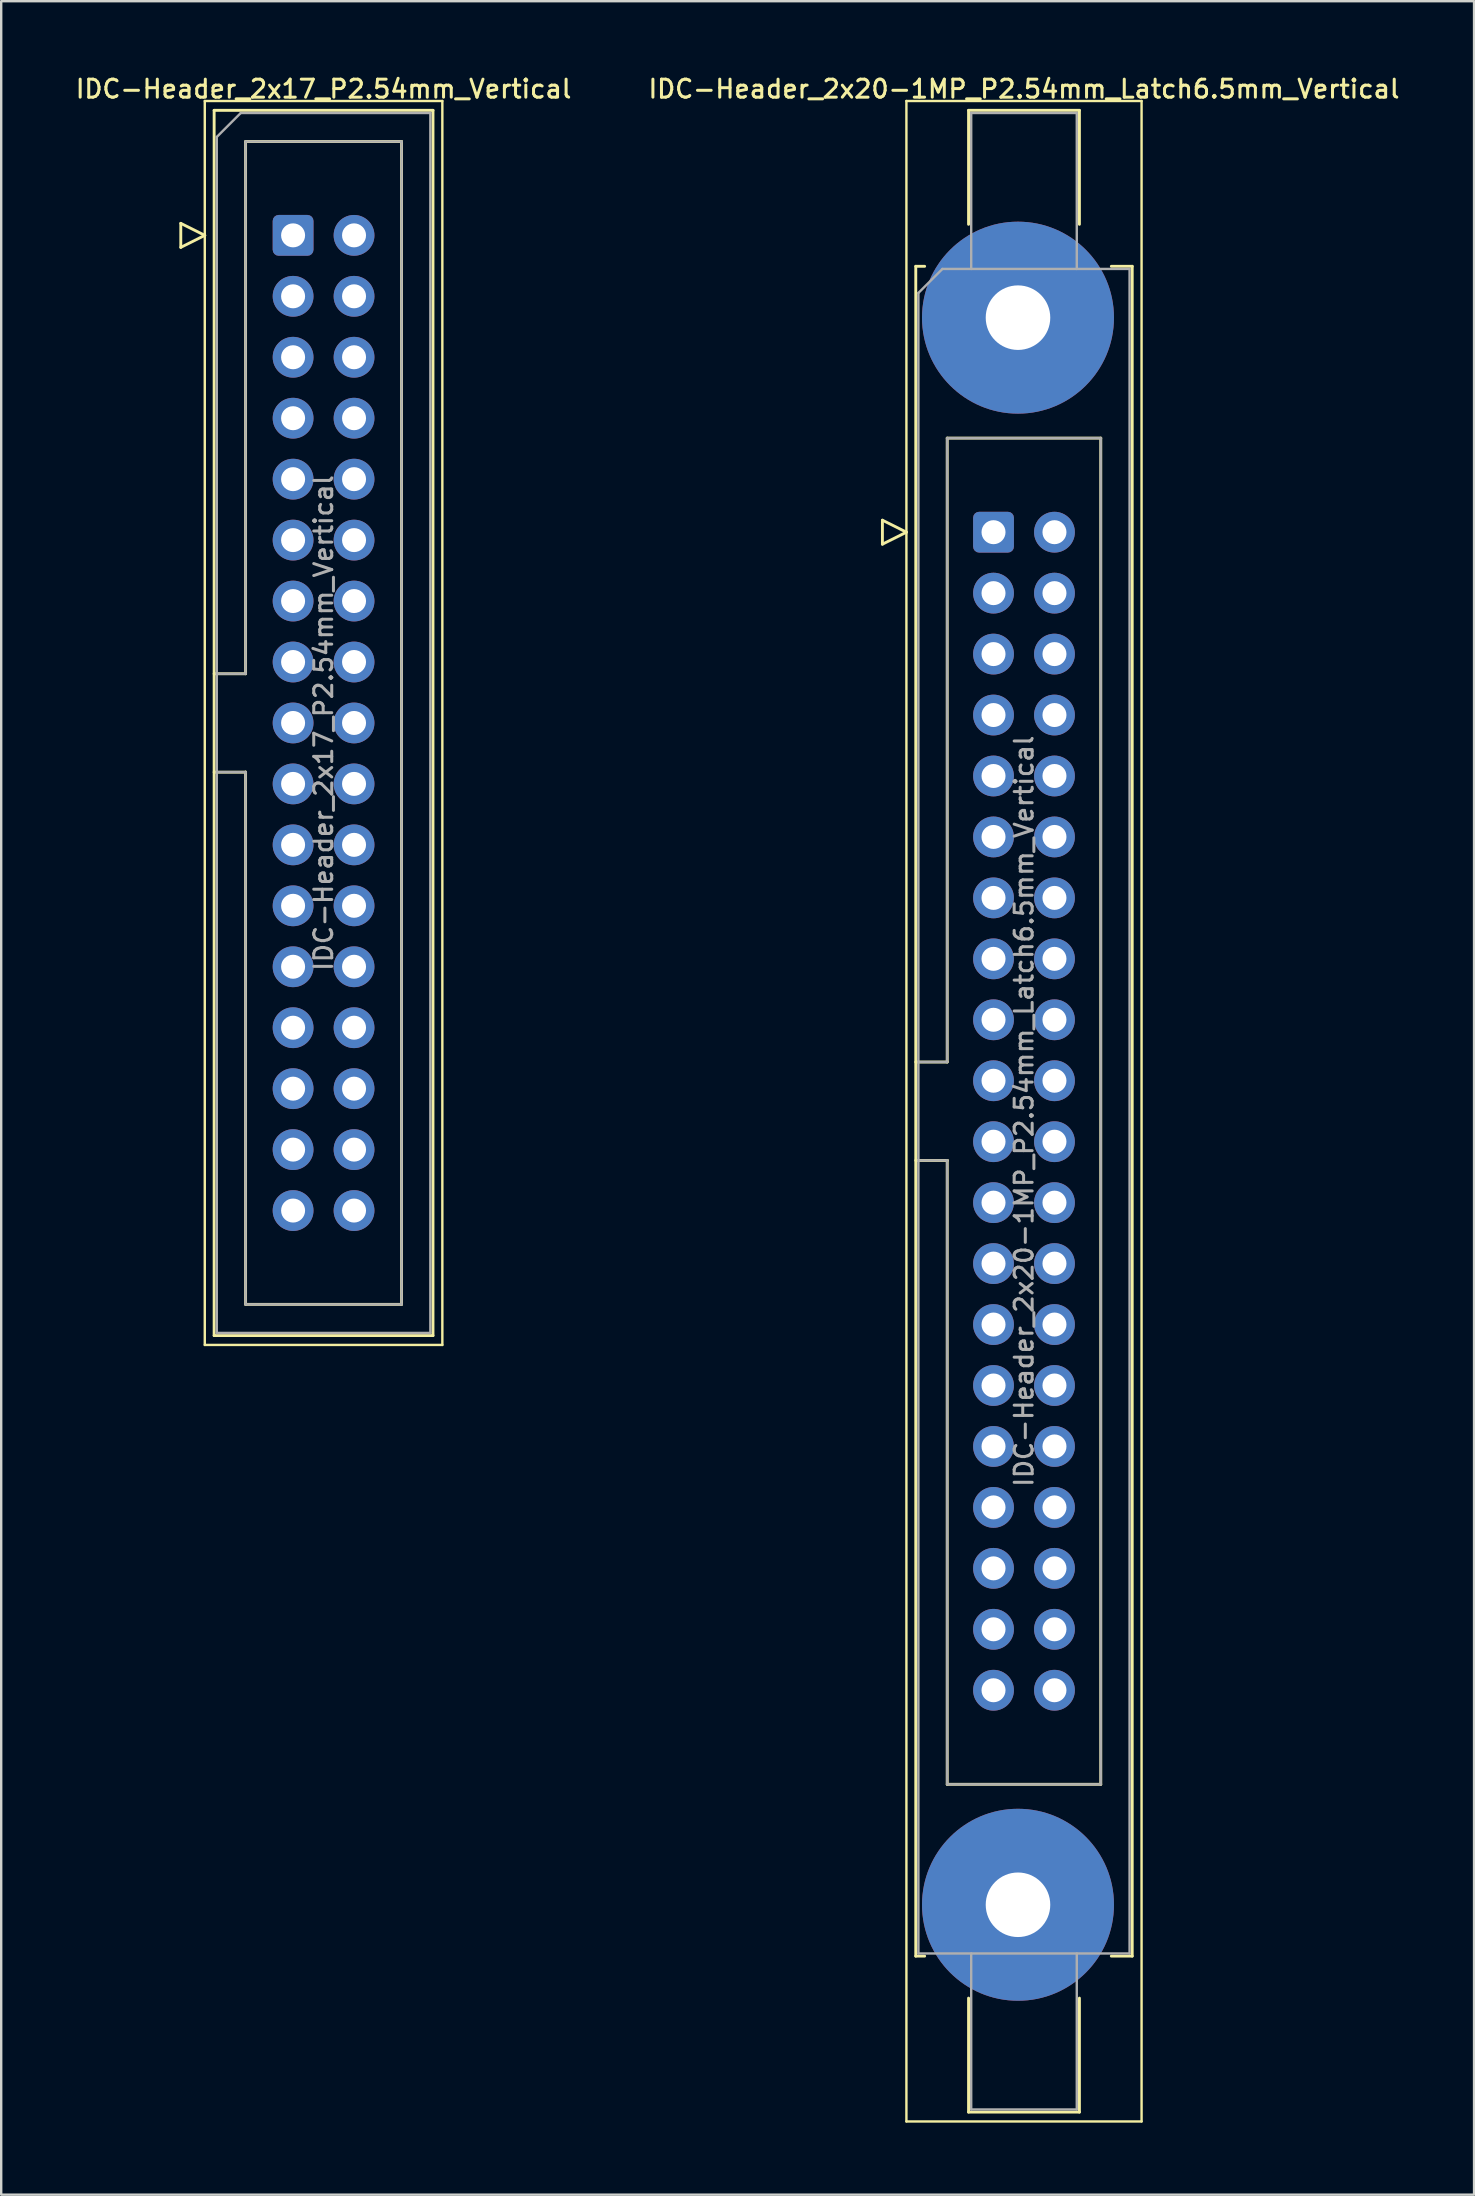
<source format=kicad_pcb>
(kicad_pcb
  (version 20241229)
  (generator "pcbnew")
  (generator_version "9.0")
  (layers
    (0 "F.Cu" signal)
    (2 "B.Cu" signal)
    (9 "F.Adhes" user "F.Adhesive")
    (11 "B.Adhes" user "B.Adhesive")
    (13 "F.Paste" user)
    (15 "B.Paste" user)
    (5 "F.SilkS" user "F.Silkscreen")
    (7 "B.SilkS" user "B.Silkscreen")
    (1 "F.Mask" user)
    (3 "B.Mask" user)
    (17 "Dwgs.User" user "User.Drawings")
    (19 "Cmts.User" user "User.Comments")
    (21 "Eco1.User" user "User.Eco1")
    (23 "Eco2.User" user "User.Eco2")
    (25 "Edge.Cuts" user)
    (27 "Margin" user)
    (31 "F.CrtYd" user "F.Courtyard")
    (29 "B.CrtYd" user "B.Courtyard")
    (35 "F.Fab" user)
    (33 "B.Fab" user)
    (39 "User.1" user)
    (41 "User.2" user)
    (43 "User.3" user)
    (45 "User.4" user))
  (footprint "IDC-Header_2x17_P2.54mm_Vertical"
    (layer "F.Cu")
    (at 9.164 6.758)
    (property "Reference" "IDC-Header_2x17_P2.54mm_Vertical" (at 1.27 -6.1 0) (layer "F.SilkS") (effects (font (size 0.75 0.75) (thickness 0.125))))
    (attr through_hole)
    (fp_line (start -4.68 -0.5) (end -4.68 0.5) (stroke (width 0.12) (type solid)) (layer "F.SilkS"))
    (fp_line (start -4.68 0.5) (end -3.68 0) (stroke (width 0.12) (type solid)) (layer "F.SilkS"))
    (fp_line (start -3.68 -5.6) (end -3.68 46.24) (stroke (width 0.1) (type solid)) (layer "F.SilkS"))
    (fp_line (start -3.68 0) (end -4.68 -0.5) (stroke (width 0.12) (type solid)) (layer "F.SilkS"))
    (fp_line (start -3.68 46.24) (end 6.22 46.24) (stroke (width 0.1) (type solid)) (layer "F.SilkS"))
    (fp_line (start -3.29 -5.21) (end 5.83 -5.21) (stroke (width 0.12) (type solid)) (layer "F.SilkS"))
    (fp_line (start -3.29 18.27) (end -1.98 18.27) (stroke (width 0.12) (type solid)) (layer "F.SilkS"))
    (fp_line (start -3.29 45.85) (end -3.29 -5.21) (stroke (width 0.12) (type solid)) (layer "F.SilkS"))
    (fp_line (start -1.98 -3.91) (end 4.52 -3.91) (stroke (width 0.12) (type solid)) (layer "F.SilkS"))
    (fp_line (start -1.98 18.27) (end -1.98 -3.91) (stroke (width 0.12) (type solid)) (layer "F.SilkS"))
    (fp_line (start -1.98 22.37) (end -3.29 22.37) (stroke (width 0.12) (type solid)) (layer "F.SilkS"))
    (fp_line (start -1.98 22.37) (end -1.98 22.37) (stroke (width 0.12) (type solid)) (layer "F.SilkS"))
    (fp_line (start -1.98 44.55) (end -1.98 22.37) (stroke (width 0.12) (type solid)) (layer "F.SilkS"))
    (fp_line (start 4.52 -3.91) (end 4.52 44.55) (stroke (width 0.12) (type solid)) (layer "F.SilkS"))
    (fp_line (start 4.52 44.55) (end -1.98 44.55) (stroke (width 0.12) (type solid)) (layer "F.SilkS"))
    (fp_line (start 5.83 -5.21) (end 5.83 45.85) (stroke (width 0.12) (type solid)) (layer "F.SilkS"))
    (fp_line (start 5.83 45.85) (end -3.29 45.85) (stroke (width 0.12) (type solid)) (layer "F.SilkS"))
    (fp_line (start 6.22 -5.6) (end -3.68 -5.6) (stroke (width 0.1) (type solid)) (layer "F.SilkS"))
    (fp_line (start 6.22 46.24) (end 6.22 -5.6) (stroke (width 0.1) (type solid)) (layer "F.SilkS"))
    (fp_line (start -3.18 -4.1) (end -2.18 -5.1) (stroke (width 0.1) (type solid)) (layer "F.Fab"))
    (fp_line (start -3.18 18.27) (end -1.98 18.27) (stroke (width 0.1) (type solid)) (layer "F.Fab"))
    (fp_line (start -3.18 45.74) (end -3.18 -4.1) (stroke (width 0.1) (type solid)) (layer "F.Fab"))
    (fp_line (start -2.18 -5.1) (end 5.72 -5.1) (stroke (width 0.1) (type solid)) (layer "F.Fab"))
    (fp_line (start -1.98 -3.91) (end 4.52 -3.91) (stroke (width 0.1) (type solid)) (layer "F.Fab"))
    (fp_line (start -1.98 18.27) (end -1.98 -3.91) (stroke (width 0.1) (type solid)) (layer "F.Fab"))
    (fp_line (start -1.98 22.37) (end -3.18 22.37) (stroke (width 0.1) (type solid)) (layer "F.Fab"))
    (fp_line (start -1.98 22.37) (end -1.98 22.37) (stroke (width 0.1) (type solid)) (layer "F.Fab"))
    (fp_line (start -1.98 44.55) (end -1.98 22.37) (stroke (width 0.1) (type solid)) (layer "F.Fab"))
    (fp_line (start 4.52 -3.91) (end 4.52 44.55) (stroke (width 0.1) (type solid)) (layer "F.Fab"))
    (fp_line (start 4.52 44.55) (end -1.98 44.55) (stroke (width 0.1) (type solid)) (layer "F.Fab"))
    (fp_line (start 5.72 -5.1) (end 5.72 45.74) (stroke (width 0.1) (type solid)) (layer "F.Fab"))
    (fp_line (start 5.72 45.74) (end -3.18 45.74) (stroke (width 0.1) (type solid)) (layer "F.Fab"))
    (fp_text user "${REFERENCE}" (at 1.27 20.32 90) (layer "F.Fab") (effects (font (size 0.75 0.75) (thickness 0.125))))
    (pad "1" thru_hole roundrect (at 0 0) (size 1.7 1.7) (drill 1) (layers "*.Cu" "*.Mask") (roundrect_rratio 0.147))
    (pad "2" thru_hole circle (at 2.54 0) (size 1.7 1.7) (drill 1) (layers "*.Cu" "*.Mask"))
    (pad "3" thru_hole circle (at 0 2.54) (size 1.7 1.7) (drill 1) (layers "*.Cu" "*.Mask"))
    (pad "4" thru_hole circle (at 2.54 2.54) (size 1.7 1.7) (drill 1) (layers "*.Cu" "*.Mask"))
    (pad "5" thru_hole circle (at 0 5.08) (size 1.7 1.7) (drill 1) (layers "*.Cu" "*.Mask"))
    (pad "6" thru_hole circle (at 2.54 5.08) (size 1.7 1.7) (drill 1) (layers "*.Cu" "*.Mask"))
    (pad "7" thru_hole circle (at 0 7.62) (size 1.7 1.7) (drill 1) (layers "*.Cu" "*.Mask"))
    (pad "8" thru_hole circle (at 2.54 7.62) (size 1.7 1.7) (drill 1) (layers "*.Cu" "*.Mask"))
    (pad "9" thru_hole circle (at 0 10.16) (size 1.7 1.7) (drill 1) (layers "*.Cu" "*.Mask"))
    (pad "10" thru_hole circle (at 2.54 10.16) (size 1.7 1.7) (drill 1) (layers "*.Cu" "*.Mask"))
    (pad "11" thru_hole circle (at 0 12.7) (size 1.7 1.7) (drill 1) (layers "*.Cu" "*.Mask"))
    (pad "12" thru_hole circle (at 2.54 12.7) (size 1.7 1.7) (drill 1) (layers "*.Cu" "*.Mask"))
    (pad "13" thru_hole circle (at 0 15.24) (size 1.7 1.7) (drill 1) (layers "*.Cu" "*.Mask"))
    (pad "14" thru_hole circle (at 2.54 15.24) (size 1.7 1.7) (drill 1) (layers "*.Cu" "*.Mask"))
    (pad "15" thru_hole circle (at 0 17.78) (size 1.7 1.7) (drill 1) (layers "*.Cu" "*.Mask"))
    (pad "16" thru_hole circle (at 2.54 17.78) (size 1.7 1.7) (drill 1) (layers "*.Cu" "*.Mask"))
    (pad "17" thru_hole circle (at 0 20.32) (size 1.7 1.7) (drill 1) (layers "*.Cu" "*.Mask"))
    (pad "18" thru_hole circle (at 2.54 20.32) (size 1.7 1.7) (drill 1) (layers "*.Cu" "*.Mask"))
    (pad "19" thru_hole circle (at 0 22.86) (size 1.7 1.7) (drill 1) (layers "*.Cu" "*.Mask"))
    (pad "20" thru_hole circle (at 2.54 22.86) (size 1.7 1.7) (drill 1) (layers "*.Cu" "*.Mask"))
    (pad "21" thru_hole circle (at 0 25.4) (size 1.7 1.7) (drill 1) (layers "*.Cu" "*.Mask"))
    (pad "22" thru_hole circle (at 2.54 25.4) (size 1.7 1.7) (drill 1) (layers "*.Cu" "*.Mask"))
    (pad "23" thru_hole circle (at 0 27.94) (size 1.7 1.7) (drill 1) (layers "*.Cu" "*.Mask"))
    (pad "24" thru_hole circle (at 2.54 27.94) (size 1.7 1.7) (drill 1) (layers "*.Cu" "*.Mask"))
    (pad "25" thru_hole circle (at 0 30.48) (size 1.7 1.7) (drill 1) (layers "*.Cu" "*.Mask"))
    (pad "26" thru_hole circle (at 2.54 30.48) (size 1.7 1.7) (drill 1) (layers "*.Cu" "*.Mask"))
    (pad "27" thru_hole circle (at 0 33.02) (size 1.7 1.7) (drill 1) (layers "*.Cu" "*.Mask"))
    (pad "28" thru_hole circle (at 2.54 33.02) (size 1.7 1.7) (drill 1) (layers "*.Cu" "*.Mask"))
    (pad "29" thru_hole circle (at 0 35.56) (size 1.7 1.7) (drill 1) (layers "*.Cu" "*.Mask"))
    (pad "30" thru_hole circle (at 2.54 35.56) (size 1.7 1.7) (drill 1) (layers "*.Cu" "*.Mask"))
    (pad "31" thru_hole circle (at 0 38.1) (size 1.7 1.7) (drill 1) (layers "*.Cu" "*.Mask"))
    (pad "32" thru_hole circle (at 2.54 38.1) (size 1.7 1.7) (drill 1) (layers "*.Cu" "*.Mask"))
    (pad "33" thru_hole circle (at 0 40.64) (size 1.7 1.7) (drill 1) (layers "*.Cu" "*.Mask"))
    (pad "34" thru_hole circle (at 2.54 40.64) (size 1.7 1.7) (drill 1) (layers "*.Cu" "*.Mask")))
  (footprint "IDC-Header_2x20-1MP_P2.54mm_Latch6.5mm_Vertical"
    (layer "F.Cu")
    (at 38.353 19.128)
    (property "Reference" "IDC-Header_2x20-1MP_P2.54mm_Latch6.5mm_Vertical" (at 1.27 -18.47 0) (layer "F.SilkS") (effects (font (size 0.75 0.75) (thickness 0.125))))
    (attr through_hole)
    (fp_line (start -4.63 -0.5) (end -4.63 0.5) (stroke (width 0.12) (type solid)) (layer "F.SilkS"))
    (fp_line (start -4.63 0.5) (end -3.63 0) (stroke (width 0.12) (type solid)) (layer "F.SilkS"))
    (fp_line (start -3.63 -17.97) (end -3.63 66.23) (stroke (width 0.1) (type solid)) (layer "F.SilkS"))
    (fp_line (start -3.63 0) (end -4.63 -0.5) (stroke (width 0.12) (type solid)) (layer "F.SilkS"))
    (fp_line (start -3.63 66.23) (end 6.17 66.23) (stroke (width 0.1) (type solid)) (layer "F.SilkS"))
    (fp_line (start -3.24 -11.08) (end -3.24 59.34) (stroke (width 0.12) (type solid)) (layer "F.SilkS"))
    (fp_line (start -3.24 22.08) (end -1.93 22.08) (stroke (width 0.12) (type solid)) (layer "F.SilkS"))
    (fp_line (start -3.24 59.34) (end -2.87 59.34) (stroke (width 0.12) (type solid)) (layer "F.SilkS"))
    (fp_line (start -2.87 -11.08) (end -3.24 -11.08) (stroke (width 0.12) (type solid)) (layer "F.SilkS"))
    (fp_line (start -1.93 -3.92) (end 4.47 -3.92) (stroke (width 0.12) (type solid)) (layer "F.SilkS"))
    (fp_line (start -1.93 22.08) (end -1.93 -3.92) (stroke (width 0.12) (type solid)) (layer "F.SilkS"))
    (fp_line (start -1.93 26.18) (end -3.24 26.18) (stroke (width 0.12) (type solid)) (layer "F.SilkS"))
    (fp_line (start -1.93 26.18) (end -1.93 26.18) (stroke (width 0.12) (type solid)) (layer "F.SilkS"))
    (fp_line (start -1.93 52.18) (end -1.93 26.18) (stroke (width 0.12) (type solid)) (layer "F.SilkS"))
    (fp_line (start -1.04 -17.58) (end 3.58 -17.58) (stroke (width 0.12) (type solid)) (layer "F.SilkS"))
    (fp_line (start -1.04 -12.83) (end -1.04 -17.58) (stroke (width 0.12) (type solid)) (layer "F.SilkS"))
    (fp_line (start -1.04 61.09) (end -1.04 65.84) (stroke (width 0.12) (type solid)) (layer "F.SilkS"))
    (fp_line (start -1.04 65.84) (end 3.58 65.84) (stroke (width 0.12) (type solid)) (layer "F.SilkS"))
    (fp_line (start 3.58 -17.58) (end 3.58 -12.83) (stroke (width 0.12) (type solid)) (layer "F.SilkS"))
    (fp_line (start 3.58 65.84) (end 3.58 61.09) (stroke (width 0.12) (type solid)) (layer "F.SilkS"))
    (fp_line (start 4.47 -3.92) (end 4.47 52.18) (stroke (width 0.12) (type solid)) (layer "F.SilkS"))
    (fp_line (start 4.47 52.18) (end -1.93 52.18) (stroke (width 0.12) (type solid)) (layer "F.SilkS"))
    (fp_line (start 4.91 -11.08) (end 5.78 -11.08) (stroke (width 0.12) (type solid)) (layer "F.SilkS"))
    (fp_line (start 5.78 -11.08) (end 5.78 59.34) (stroke (width 0.12) (type solid)) (layer "F.SilkS"))
    (fp_line (start 5.78 59.34) (end 4.91 59.34) (stroke (width 0.12) (type solid)) (layer "F.SilkS"))
    (fp_line (start 6.17 -17.97) (end -3.63 -17.97) (stroke (width 0.1) (type solid)) (layer "F.SilkS"))
    (fp_line (start 6.17 66.23) (end 6.17 -17.97) (stroke (width 0.1) (type solid)) (layer "F.SilkS"))
    (fp_line (start -3.13 -9.97) (end -2.13 -10.97) (stroke (width 0.1) (type solid)) (layer "F.Fab"))
    (fp_line (start -3.13 22.08) (end -1.93 22.08) (stroke (width 0.1) (type solid)) (layer "F.Fab"))
    (fp_line (start -3.13 59.23) (end -3.13 -9.97) (stroke (width 0.1) (type solid)) (layer "F.Fab"))
    (fp_line (start -2.13 -10.97) (end 5.67 -10.97) (stroke (width 0.1) (type solid)) (layer "F.Fab"))
    (fp_line (start -1.93 -3.92) (end 4.47 -3.92) (stroke (width 0.1) (type solid)) (layer "F.Fab"))
    (fp_line (start -1.93 22.08) (end -1.93 -3.92) (stroke (width 0.1) (type solid)) (layer "F.Fab"))
    (fp_line (start -1.93 26.18) (end -3.13 26.18) (stroke (width 0.1) (type solid)) (layer "F.Fab"))
    (fp_line (start -1.93 26.18) (end -1.93 26.18) (stroke (width 0.1) (type solid)) (layer "F.Fab"))
    (fp_line (start -1.93 52.18) (end -1.93 26.18) (stroke (width 0.1) (type solid)) (layer "F.Fab"))
    (fp_line (start -0.93 -17.47) (end 3.47 -17.47) (stroke (width 0.1) (type solid)) (layer "F.Fab"))
    (fp_line (start -0.93 -10.97) (end -0.93 -17.47) (stroke (width 0.1) (type solid)) (layer "F.Fab"))
    (fp_line (start -0.93 59.23) (end -0.93 65.73) (stroke (width 0.1) (type solid)) (layer "F.Fab"))
    (fp_line (start -0.93 65.73) (end 3.47 65.73) (stroke (width 0.1) (type solid)) (layer "F.Fab"))
    (fp_line (start 3.47 -17.47) (end 3.47 -10.97) (stroke (width 0.1) (type solid)) (layer "F.Fab"))
    (fp_line (start 3.47 65.73) (end 3.47 59.23) (stroke (width 0.1) (type solid)) (layer "F.Fab"))
    (fp_line (start 4.47 -3.92) (end 4.47 52.18) (stroke (width 0.1) (type solid)) (layer "F.Fab"))
    (fp_line (start 4.47 52.18) (end -1.93 52.18) (stroke (width 0.1) (type solid)) (layer "F.Fab"))
    (fp_line (start 5.67 -10.97) (end 5.67 59.23) (stroke (width 0.1) (type solid)) (layer "F.Fab"))
    (fp_line (start 5.67 59.23) (end -3.13 59.23) (stroke (width 0.1) (type solid)) (layer "F.Fab"))
    (fp_text user "${REFERENCE}" (at 1.27 24.13 90) (layer "F.Fab") (effects (font (size 0.75 0.75) (thickness 0.125))))
    (pad "1" thru_hole roundrect (at 0 0) (size 1.7 1.7) (drill 1) (layers "*.Cu" "*.Mask") (roundrect_rratio 0.147))
    (pad "2" thru_hole circle (at 2.54 0) (size 1.7 1.7) (drill 1) (layers "*.Cu" "*.Mask"))
    (pad "3" thru_hole circle (at 0 2.54) (size 1.7 1.7) (drill 1) (layers "*.Cu" "*.Mask"))
    (pad "4" thru_hole circle (at 2.54 2.54) (size 1.7 1.7) (drill 1) (layers "*.Cu" "*.Mask"))
    (pad "5" thru_hole circle (at 0 5.08) (size 1.7 1.7) (drill 1) (layers "*.Cu" "*.Mask"))
    (pad "6" thru_hole circle (at 2.54 5.08) (size 1.7 1.7) (drill 1) (layers "*.Cu" "*.Mask"))
    (pad "7" thru_hole circle (at 0 7.62) (size 1.7 1.7) (drill 1) (layers "*.Cu" "*.Mask"))
    (pad "8" thru_hole circle (at 2.54 7.62) (size 1.7 1.7) (drill 1) (layers "*.Cu" "*.Mask"))
    (pad "9" thru_hole circle (at 0 10.16) (size 1.7 1.7) (drill 1) (layers "*.Cu" "*.Mask"))
    (pad "10" thru_hole circle (at 2.54 10.16) (size 1.7 1.7) (drill 1) (layers "*.Cu" "*.Mask"))
    (pad "11" thru_hole circle (at 0 12.7) (size 1.7 1.7) (drill 1) (layers "*.Cu" "*.Mask"))
    (pad "12" thru_hole circle (at 2.54 12.7) (size 1.7 1.7) (drill 1) (layers "*.Cu" "*.Mask"))
    (pad "13" thru_hole circle (at 0 15.24) (size 1.7 1.7) (drill 1) (layers "*.Cu" "*.Mask"))
    (pad "14" thru_hole circle (at 2.54 15.24) (size 1.7 1.7) (drill 1) (layers "*.Cu" "*.Mask"))
    (pad "15" thru_hole circle (at 0 17.78) (size 1.7 1.7) (drill 1) (layers "*.Cu" "*.Mask"))
    (pad "16" thru_hole circle (at 2.54 17.78) (size 1.7 1.7) (drill 1) (layers "*.Cu" "*.Mask"))
    (pad "17" thru_hole circle (at 0 20.32) (size 1.7 1.7) (drill 1) (layers "*.Cu" "*.Mask"))
    (pad "18" thru_hole circle (at 2.54 20.32) (size 1.7 1.7) (drill 1) (layers "*.Cu" "*.Mask"))
    (pad "19" thru_hole circle (at 0 22.86) (size 1.7 1.7) (drill 1) (layers "*.Cu" "*.Mask"))
    (pad "20" thru_hole circle (at 2.54 22.86) (size 1.7 1.7) (drill 1) (layers "*.Cu" "*.Mask"))
    (pad "21" thru_hole circle (at 0 25.4) (size 1.7 1.7) (drill 1) (layers "*.Cu" "*.Mask"))
    (pad "22" thru_hole circle (at 2.54 25.4) (size 1.7 1.7) (drill 1) (layers "*.Cu" "*.Mask"))
    (pad "23" thru_hole circle (at 0 27.94) (size 1.7 1.7) (drill 1) (layers "*.Cu" "*.Mask"))
    (pad "24" thru_hole circle (at 2.54 27.94) (size 1.7 1.7) (drill 1) (layers "*.Cu" "*.Mask"))
    (pad "25" thru_hole circle (at 0 30.48) (size 1.7 1.7) (drill 1) (layers "*.Cu" "*.Mask"))
    (pad "26" thru_hole circle (at 2.54 30.48) (size 1.7 1.7) (drill 1) (layers "*.Cu" "*.Mask"))
    (pad "27" thru_hole circle (at 0 33.02) (size 1.7 1.7) (drill 1) (layers "*.Cu" "*.Mask"))
    (pad "28" thru_hole circle (at 2.54 33.02) (size 1.7 1.7) (drill 1) (layers "*.Cu" "*.Mask"))
    (pad "29" thru_hole circle (at 0 35.56) (size 1.7 1.7) (drill 1) (layers "*.Cu" "*.Mask"))
    (pad "30" thru_hole circle (at 2.54 35.56) (size 1.7 1.7) (drill 1) (layers "*.Cu" "*.Mask"))
    (pad "31" thru_hole circle (at 0 38.1) (size 1.7 1.7) (drill 1) (layers "*.Cu" "*.Mask"))
    (pad "32" thru_hole circle (at 2.54 38.1) (size 1.7 1.7) (drill 1) (layers "*.Cu" "*.Mask"))
    (pad "33" thru_hole circle (at 0 40.64) (size 1.7 1.7) (drill 1) (layers "*.Cu" "*.Mask"))
    (pad "34" thru_hole circle (at 2.54 40.64) (size 1.7 1.7) (drill 1) (layers "*.Cu" "*.Mask"))
    (pad "35" thru_hole circle (at 0 43.18) (size 1.7 1.7) (drill 1) (layers "*.Cu" "*.Mask"))
    (pad "36" thru_hole circle (at 2.54 43.18) (size 1.7 1.7) (drill 1) (layers "*.Cu" "*.Mask"))
    (pad "37" thru_hole circle (at 0 45.72) (size 1.7 1.7) (drill 1) (layers "*.Cu" "*.Mask"))
    (pad "38" thru_hole circle (at 2.54 45.72) (size 1.7 1.7) (drill 1) (layers "*.Cu" "*.Mask"))
    (pad "39" thru_hole circle (at 0 48.26) (size 1.7 1.7) (drill 1) (layers "*.Cu" "*.Mask"))
    (pad "40" thru_hole circle (at 2.54 48.26) (size 1.7 1.7) (drill 1) (layers "*.Cu" "*.Mask"))
    (pad "MP" thru_hole circle (at 1.02 -8.94) (size 8 8) (drill 2.69) (layers "*.Cu" "*.Mask"))
    (pad "MP" thru_hole circle (at 1.02 57.2) (size 8 8) (drill 2.69) (layers "*.Cu" "*.Mask")))
  (gr_rect
    (start -3 -3)
    (end 58.379 88.408)
    (stroke (width 0.1) (type default))
    (fill no)
    (layer "Edge.Cuts")))
</source>
